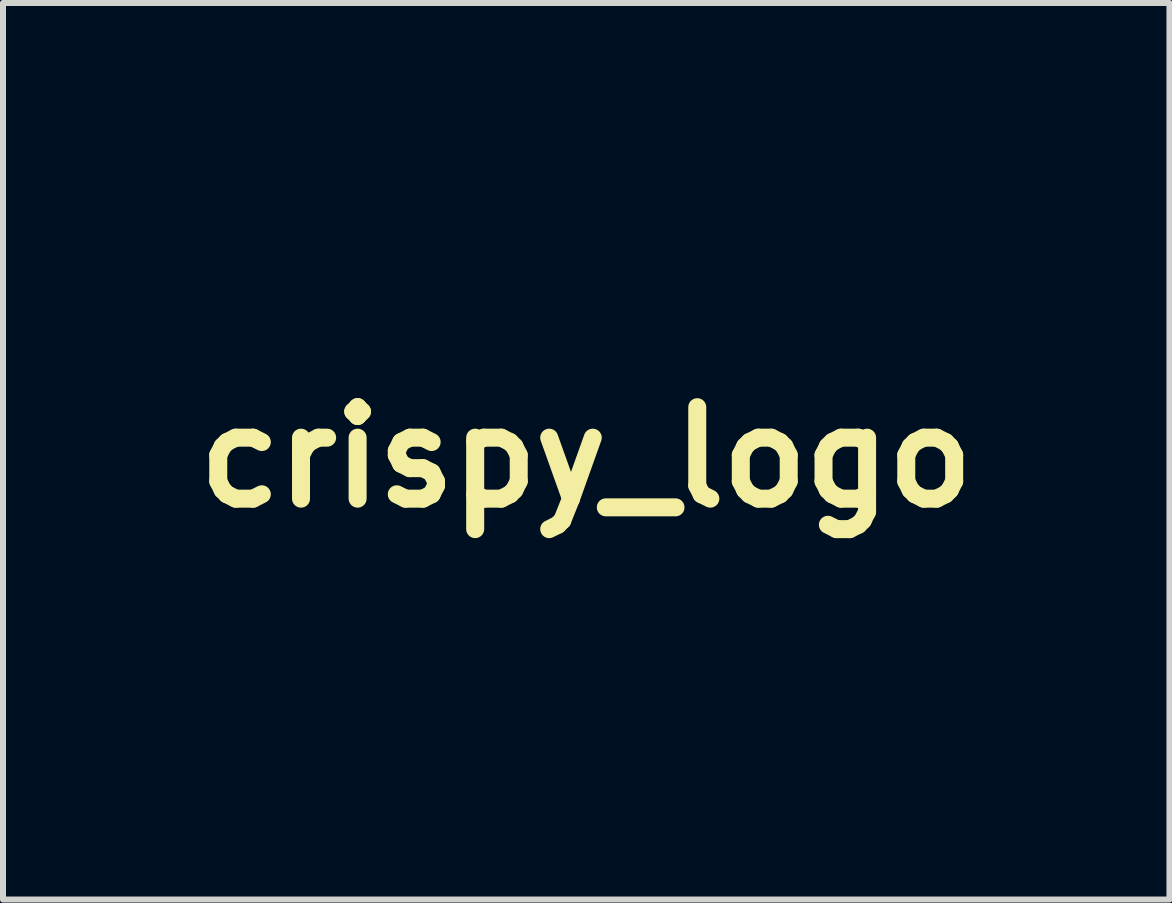
<source format=kicad_pcb>
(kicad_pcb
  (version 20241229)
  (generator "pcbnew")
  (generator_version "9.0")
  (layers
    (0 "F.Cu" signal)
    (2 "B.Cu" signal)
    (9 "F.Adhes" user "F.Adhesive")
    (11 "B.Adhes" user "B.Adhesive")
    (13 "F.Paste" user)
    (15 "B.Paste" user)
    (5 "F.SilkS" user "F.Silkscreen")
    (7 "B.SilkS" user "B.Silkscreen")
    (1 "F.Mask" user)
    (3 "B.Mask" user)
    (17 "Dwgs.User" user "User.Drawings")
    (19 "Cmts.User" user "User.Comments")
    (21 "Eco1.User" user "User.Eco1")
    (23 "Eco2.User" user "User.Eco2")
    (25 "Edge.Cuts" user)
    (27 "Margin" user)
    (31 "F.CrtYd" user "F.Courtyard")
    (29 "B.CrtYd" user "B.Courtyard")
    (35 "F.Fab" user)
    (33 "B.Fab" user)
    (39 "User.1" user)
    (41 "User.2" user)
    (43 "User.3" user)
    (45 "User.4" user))
  (footprint "crispy_logo"
    (layer "F.Cu")
    (at 6.72 4.571)
    (property "Reference" "crispy_logo" (at 0 0 0) (layer "F.SilkS") (effects (font (size 1.524 1.524) (thickness 0.3))))
    (attr through_hole)
    (fp_poly (pts (xy 0.524 -4.529) (xy 0.578 -4.507) (xy 0.622 -4.483) (xy 0.667 -4.45) (xy 0.717 -4.405) (xy 0.763 -4.361) (xy 0.795 -4.325) (xy 0.818 -4.29) (xy 0.837 -4.248) (xy 0.849 -4.219) (xy 0.88 -4.128) (xy 0.899 -4.051) (xy 0.906 -3.984) (xy 0.903 -3.918) (xy 0.895 -3.872) (xy 0.86 -3.749) (xy 0.81 -3.646) (xy 0.745 -3.561) (xy 0.722 -3.538) (xy 0.676 -3.5) (xy 0.627 -3.464) (xy 0.587 -3.438) (xy 0.557 -3.422) (xy 0.528 -3.409) (xy 0.499 -3.398) (xy 0.466 -3.389) (xy 0.428 -3.381) (xy 0.381 -3.376) (xy 0.324 -3.372) (xy 0.254 -3.369) (xy 0.169 -3.367) (xy 0.066 -3.366) (xy -0.058 -3.365) (xy -0.204 -3.365) (xy -0.228 -3.365) (xy -0.393 -3.365) (xy -0.535 -3.364) (xy -0.656 -3.362) (xy -0.76 -3.36) (xy -0.848 -3.356) (xy -0.923 -3.351) (xy -0.988 -3.344) (xy -1.044 -3.336) (xy -1.096 -3.326) (xy -1.144 -3.314) (xy -1.187 -3.301) (xy -1.34 -3.241) (xy -1.487 -3.155) (xy -1.626 -3.045) (xy -1.685 -2.99) (xy -1.796 -2.866) (xy -1.885 -2.735) (xy -1.957 -2.592) (xy -2.012 -2.431) (xy -2.016 -2.419) (xy -2.03 -2.365) (xy -2.04 -2.319) (xy -2.046 -2.273) (xy -2.049 -2.22) (xy -2.051 -2.153) (xy -2.051 -2.102) (xy -2.05 -2.023) (xy -2.048 -1.963) (xy -2.044 -1.913) (xy -2.036 -1.868) (xy -2.025 -1.819) (xy -2.016 -1.784) (xy -1.961 -1.623) (xy -1.891 -1.478) (xy -1.803 -1.346) (xy -1.693 -1.222) (xy -1.685 -1.213) (xy -1.548 -1.093) (xy -1.405 -0.997) (xy -1.255 -0.926) (xy -1.187 -0.902) (xy -1.131 -0.886) (xy -1.075 -0.872) (xy -1.018 -0.861) (xy -0.955 -0.852) (xy -0.885 -0.845) (xy -0.805 -0.84) (xy -0.711 -0.837) (xy -0.6 -0.835) (xy -0.471 -0.835) (xy -0.319 -0.836) (xy -0.294 -0.836) (xy -0.139 -0.837) (xy -0.008 -0.837) (xy 0.103 -0.836) (xy 0.196 -0.834) (xy 0.274 -0.83) (xy 0.34 -0.825) (xy 0.395 -0.818) (xy 0.443 -0.809) (xy 0.485 -0.798) (xy 0.525 -0.784) (xy 0.557 -0.772) (xy 0.654 -0.718) (xy 0.739 -0.645) (xy 0.809 -0.556) (xy 0.861 -0.456) (xy 0.895 -0.347) (xy 0.907 -0.235) (xy 0.902 -0.155) (xy 0.876 -0.05) (xy 0.829 0.051) (xy 0.765 0.144) (xy 0.689 0.223) (xy 0.602 0.282) (xy 0.599 0.283) (xy 0.567 0.3) (xy 0.537 0.314) (xy 0.507 0.326) (xy 0.475 0.335) (xy 0.439 0.343) (xy 0.396 0.349) (xy 0.343 0.354) (xy 0.279 0.357) (xy 0.201 0.359) (xy 0.106 0.36) (xy -0.007 0.361) (xy -0.141 0.361) (xy -0.267 0.362) (xy -0.394 0.362) (xy -0.516 0.361) (xy -0.629 0.361) (xy -0.73 0.361) (xy -0.818 0.36) (xy -0.889 0.36) (xy -0.94 0.359) (xy -0.969 0.359) (xy -0.972 0.359) (xy -1.077 0.349) (xy -1.196 0.332) (xy -1.319 0.31) (xy -1.439 0.283) (xy -1.549 0.253) (xy -1.633 0.224) (xy -1.831 0.142) (xy -2.008 0.055) (xy -2.168 -0.041) (xy -2.315 -0.146) (xy -2.452 -0.265) (xy -2.555 -0.367) (xy -2.678 -0.502) (xy -2.783 -0.63) (xy -2.872 -0.757) (xy -2.951 -0.887) (xy -3.021 -1.027) (xy -3.087 -1.182) (xy -3.125 -1.283) (xy -3.183 -1.457) (xy -3.224 -1.622) (xy -3.251 -1.787) (xy -3.266 -1.96) (xy -3.269 -2.115) (xy -3.264 -2.277) (xy -3.251 -2.427) (xy -3.229 -2.57) (xy -3.195 -2.712) (xy -3.15 -2.859) (xy -3.091 -3.014) (xy -3.022 -3.175) (xy -2.934 -3.345) (xy -2.825 -3.514) (xy -2.697 -3.68) (xy -2.555 -3.837) (xy -2.402 -3.983) (xy -2.241 -4.112) (xy -2.082 -4.219) (xy -1.991 -4.269) (xy -1.883 -4.322) (xy -1.766 -4.374) (xy -1.645 -4.423) (xy -1.53 -4.465) (xy -1.426 -4.498) (xy -1.391 -4.507) (xy -1.341 -4.519) (xy -1.292 -4.529) (xy -1.242 -4.538) (xy -1.188 -4.545) (xy -1.128 -4.551) (xy -1.06 -4.555) (xy -0.981 -4.559) (xy -0.888 -4.562) (xy -0.781 -4.564) (xy -0.656 -4.565) (xy -0.51 -4.565) (xy -0.342 -4.566) (xy -0.298 -4.566) (xy 0.425 -4.566) (xy 0.524 -4.529)) (stroke (width 0.01) (type solid)) (fill yes) (layer "F.Mask"))
    (fp_poly (pts (xy -0.044 -2.703) (xy 0.126 -2.702) (xy 0.156 -2.702) (xy 0.317 -2.7) (xy 0.455 -2.699) (xy 0.573 -2.698) (xy 0.674 -2.695) (xy 0.76 -2.693) (xy 0.834 -2.689) (xy 0.898 -2.685) (xy 0.956 -2.679) (xy 1.01 -2.672) (xy 1.062 -2.663) (xy 1.116 -2.653) (xy 1.173 -2.64) (xy 1.238 -2.625) (xy 1.248 -2.623) (xy 1.341 -2.597) (xy 1.446 -2.562) (xy 1.555 -2.521) (xy 1.66 -2.475) (xy 1.756 -2.429) (xy 1.834 -2.385) (xy 1.835 -2.385) (xy 2.05 -2.239) (xy 2.242 -2.088) (xy 2.411 -1.929) (xy 2.559 -1.762) (xy 2.687 -1.585) (xy 2.795 -1.397) (xy 2.844 -1.295) (xy 2.916 -1.127) (xy 2.974 -0.974) (xy 3.019 -0.83) (xy 3.051 -0.689) (xy 3.073 -0.548) (xy 3.086 -0.399) (xy 3.09 -0.237) (xy 3.09 -0.222) (xy 3.086 -0.059) (xy 3.075 0.09) (xy 3.054 0.233) (xy 3.022 0.373) (xy 2.979 0.516) (xy 2.922 0.669) (xy 2.851 0.835) (xy 2.844 0.85) (xy 2.747 1.038) (xy 2.627 1.222) (xy 2.488 1.397) (xy 2.334 1.56) (xy 2.166 1.707) (xy 2.009 1.821) (xy 1.855 1.919) (xy 1.708 2.002) (xy 1.565 2.07) (xy 1.422 2.127) (xy 1.273 2.171) (xy 1.117 2.206) (xy 0.947 2.231) (xy 0.761 2.249) (xy 0.56 2.261) (xy 0.472 2.264) (xy 0.388 2.267) (xy 0.315 2.27) (xy 0.255 2.272) (xy 0.214 2.273) (xy 0.201 2.273) (xy 0.181 2.273) (xy 0.163 2.272) (xy 0.149 2.274) (xy 0.137 2.28) (xy 0.127 2.292) (xy 0.119 2.311) (xy 0.113 2.34) (xy 0.108 2.38) (xy 0.105 2.433) (xy 0.103 2.502) (xy 0.102 2.587) (xy 0.102 2.691) (xy 0.101 2.815) (xy 0.101 2.962) (xy 0.101 3.065) (xy 0.101 3.233) (xy 0.101 3.377) (xy 0.1 3.5) (xy 0.099 3.605) (xy 0.097 3.692) (xy 0.094 3.764) (xy 0.09 3.823) (xy 0.085 3.872) (xy 0.079 3.911) (xy 0.071 3.944) (xy 0.062 3.973) (xy 0.05 3.999) (xy 0.037 4.025) (xy 0.026 4.044) (xy -0.014 4.101) (xy -0.068 4.163) (xy -0.129 4.223) (xy -0.19 4.273) (xy -0.225 4.295) (xy -0.31 4.333) (xy -0.41 4.357) (xy -0.515 4.367) (xy -0.617 4.362) (xy -0.682 4.349) (xy -0.795 4.307) (xy -0.895 4.245) (xy -0.983 4.161) (xy -1.048 4.075) (xy -1.065 4.05) (xy -1.08 4.028) (xy -1.093 4.007) (xy -1.104 3.986) (xy -1.114 3.963) (xy -1.122 3.937) (xy -1.129 3.905) (xy -1.134 3.866) (xy -1.139 3.819) (xy -1.142 3.761) (xy -1.145 3.691) (xy -1.147 3.608) (xy -1.148 3.51) (xy -1.149 3.395) (xy -1.149 3.261) (xy -1.149 3.108) (xy -1.149 2.932) (xy -1.149 2.733) (xy -1.149 2.699) (xy -1.149 2.495) (xy -1.149 2.315) (xy -1.149 2.157) (xy -1.148 2.02) (xy -1.148 1.903) (xy -1.147 1.803) (xy -1.145 1.72) (xy -1.144 1.652) (xy -1.142 1.597) (xy -1.14 1.554) (xy -1.138 1.522) (xy -1.135 1.498) (xy -1.132 1.482) (xy -1.132 1.48) (xy -1.088 1.368) (xy -1.022 1.267) (xy -0.94 1.18) (xy -0.842 1.11) (xy -0.733 1.061) (xy -0.692 1.048) (xy -0.67 1.043) (xy -0.642 1.04) (xy -0.607 1.036) (xy -0.56 1.034) (xy -0.501 1.032) (xy -0.427 1.03) (xy -0.336 1.029) (xy -0.225 1.029) (xy -0.091 1.029) (xy -0.02 1.028) (xy 0.145 1.028) (xy 0.286 1.027) (xy 0.407 1.025) (xy 0.51 1.023) (xy 0.598 1.019) (xy 0.673 1.014) (xy 0.737 1.007) (xy 0.794 0.999) (xy 0.845 0.988) (xy 0.893 0.976) (xy 0.933 0.965) (xy 1.065 0.913) (xy 1.194 0.844) (xy 1.315 0.76) (xy 1.424 0.665) (xy 1.514 0.563) (xy 1.538 0.53) (xy 1.608 0.418) (xy 1.67 0.299) (xy 1.72 0.182) (xy 1.749 0.095) (xy 1.763 0.041) (xy 1.773 -0.005) (xy 1.779 -0.05) (xy 1.782 -0.103) (xy 1.784 -0.168) (xy 1.784 -0.222) (xy 1.783 -0.304) (xy 1.781 -0.368) (xy 1.776 -0.42) (xy 1.767 -0.467) (xy 1.756 -0.516) (xy 1.754 -0.521) (xy 1.714 -0.648) (xy 1.665 -0.763) (xy 1.602 -0.876) (xy 1.57 -0.926) (xy 1.464 -1.064) (xy 1.342 -1.183) (xy 1.204 -1.283) (xy 1.05 -1.364) (xy 0.878 -1.427) (xy 0.864 -1.431) (xy 0.743 -1.465) (xy 0.051 -1.473) (xy -0.099 -1.474) (xy -0.227 -1.476) (xy -0.333 -1.477) (xy -0.42 -1.479) (xy -0.49 -1.48) (xy -0.547 -1.482) (xy -0.59 -1.484) (xy -0.624 -1.487) (xy -0.65 -1.491) (xy -0.671 -1.495) (xy -0.687 -1.499) (xy -0.703 -1.505) (xy -0.711 -1.508) (xy -0.757 -1.529) (xy -0.8 -1.55) (xy -0.819 -1.562) (xy -0.863 -1.596) (xy -0.913 -1.643) (xy -0.964 -1.696) (xy -1.008 -1.748) (xy -1.041 -1.793) (xy -1.046 -1.802) (xy -1.091 -1.912) (xy -1.114 -2.028) (xy -1.113 -2.148) (xy -1.09 -2.268) (xy -1.046 -2.378) (xy -0.993 -2.459) (xy -0.921 -2.535) (xy -0.835 -2.601) (xy -0.741 -2.654) (xy -0.646 -2.688) (xy -0.627 -2.693) (xy -0.601 -2.696) (xy -0.557 -2.699) (xy -0.496 -2.701) (xy -0.415 -2.702) (xy -0.313 -2.703) (xy -0.19 -2.703) (xy -0.044 -2.703)) (stroke (width 0.01) (type solid)) (fill yes) (layer "F.Mask")))
  (gr_rect
    (start -3 -3)
    (end 16.44 11.942)
    (stroke (width 0.1) (type default))
    (fill no)
    (layer "Edge.Cuts")))
</source>
